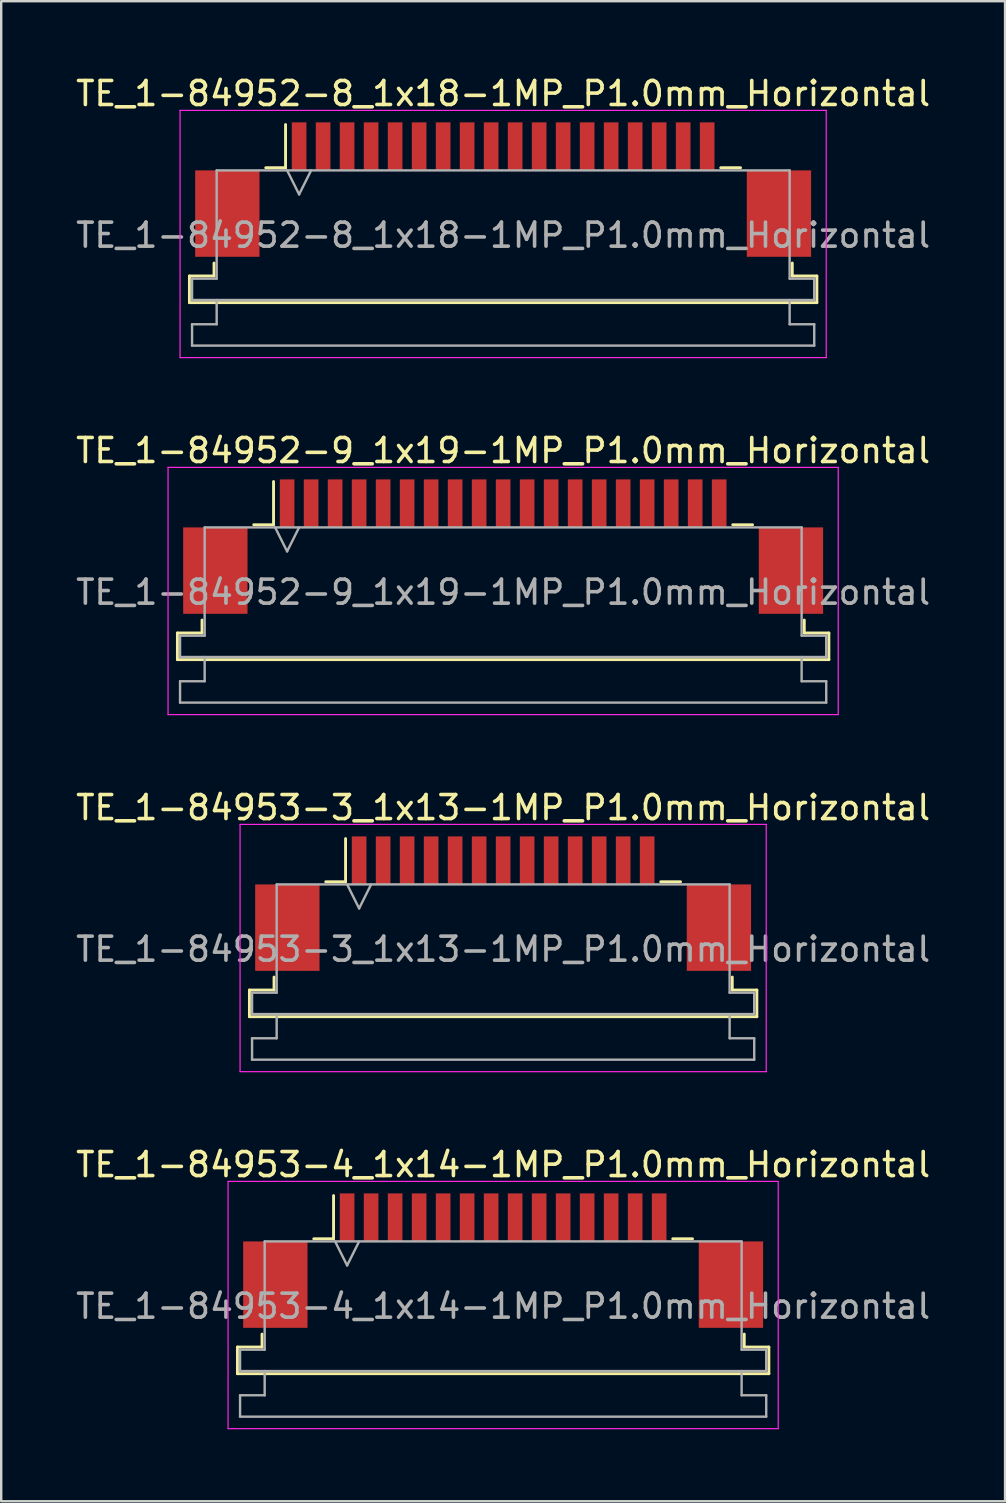
<source format=kicad_pcb>
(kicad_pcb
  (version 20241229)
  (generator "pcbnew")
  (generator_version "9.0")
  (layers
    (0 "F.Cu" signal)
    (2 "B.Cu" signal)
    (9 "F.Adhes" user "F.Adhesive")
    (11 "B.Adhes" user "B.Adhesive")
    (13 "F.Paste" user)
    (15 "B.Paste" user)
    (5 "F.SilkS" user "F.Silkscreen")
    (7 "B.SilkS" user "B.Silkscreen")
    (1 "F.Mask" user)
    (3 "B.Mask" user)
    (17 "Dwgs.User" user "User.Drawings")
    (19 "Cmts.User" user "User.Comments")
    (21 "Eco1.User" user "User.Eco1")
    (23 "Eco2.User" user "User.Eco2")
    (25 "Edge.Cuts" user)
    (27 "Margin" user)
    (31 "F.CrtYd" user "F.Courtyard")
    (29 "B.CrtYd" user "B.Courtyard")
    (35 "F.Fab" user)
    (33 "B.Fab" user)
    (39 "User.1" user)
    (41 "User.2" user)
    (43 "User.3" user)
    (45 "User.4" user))
  (footprint "TE_1-84953-4_1x14-1MP_P1.0mm_Horizontal"
    (layer "F.Cu")
    (at 17.911 49.468)
    (property "Reference" "TE_1-84953-4_1x14-1MP_P1.0mm_Horizontal" (at 0 -4 0) (layer "F.SilkS") (effects (font (size 1 1) (thickness 0.15))))
    (attr smd)
    (fp_line (start -11.07 3.6) (end -10.045 3.6) (stroke (width 0.12) (type solid)) (layer "F.SilkS"))
    (fp_line (start -11.07 4.71) (end -11.07 3.6) (stroke (width 0.12) (type solid)) (layer "F.SilkS"))
    (fp_line (start -10.045 3.6) (end -10.045 3.06) (stroke (width 0.12) (type solid)) (layer "F.SilkS"))
    (fp_line (start -7.89 -0.91) (end -7.065 -0.91) (stroke (width 0.12) (type solid)) (layer "F.SilkS"))
    (fp_line (start -7.065 -0.91) (end -7.065 -2.71) (stroke (width 0.12) (type solid)) (layer "F.SilkS"))
    (fp_line (start 7.065 -0.91) (end 7.89 -0.91) (stroke (width 0.12) (type solid)) (layer "F.SilkS"))
    (fp_line (start 10.045 3.06) (end 10.045 3.6) (stroke (width 0.12) (type solid)) (layer "F.SilkS"))
    (fp_line (start 10.045 3.6) (end 11.07 3.6) (stroke (width 0.12) (type solid)) (layer "F.SilkS"))
    (fp_line (start 11.07 3.6) (end 11.07 4.71) (stroke (width 0.12) (type solid)) (layer "F.SilkS"))
    (fp_line (start 11.07 4.71) (end -11.07 4.71) (stroke (width 0.12) (type solid)) (layer "F.SilkS"))
    (fp_line (start -11.46 -3.3) (end -11.46 7) (stroke (width 0.05) (type solid)) (layer "F.CrtYd"))
    (fp_line (start -11.46 7) (end 11.46 7) (stroke (width 0.05) (type solid)) (layer "F.CrtYd"))
    (fp_line (start 11.46 -3.3) (end -11.46 -3.3) (stroke (width 0.05) (type solid)) (layer "F.CrtYd"))
    (fp_line (start 11.46 7) (end 11.46 -3.3) (stroke (width 0.05) (type solid)) (layer "F.CrtYd"))
    (fp_line (start -10.96 3.71) (end -9.935 3.71) (stroke (width 0.1) (type solid)) (layer "F.Fab"))
    (fp_line (start -10.96 4.6) (end -10.96 3.71) (stroke (width 0.1) (type solid)) (layer "F.Fab"))
    (fp_line (start -10.96 5.61) (end -9.935 5.61) (stroke (width 0.1) (type solid)) (layer "F.Fab"))
    (fp_line (start -10.96 6.5) (end -10.96 5.61) (stroke (width 0.1) (type solid)) (layer "F.Fab"))
    (fp_line (start -9.935 -0.8) (end 9.935 -0.8) (stroke (width 0.1) (type solid)) (layer "F.Fab"))
    (fp_line (start -9.935 3.71) (end -9.935 -0.8) (stroke (width 0.1) (type solid)) (layer "F.Fab"))
    (fp_line (start -9.935 5.61) (end -9.935 4.6) (stroke (width 0.1) (type solid)) (layer "F.Fab"))
    (fp_line (start -7 -0.8) (end -6.5 0.2) (stroke (width 0.1) (type solid)) (layer "F.Fab"))
    (fp_line (start -6.5 0.2) (end -6 -0.8) (stroke (width 0.1) (type solid)) (layer "F.Fab"))
    (fp_line (start 9.935 -0.8) (end 9.935 3.71) (stroke (width 0.1) (type solid)) (layer "F.Fab"))
    (fp_line (start 9.935 3.71) (end 10.96 3.71) (stroke (width 0.1) (type solid)) (layer "F.Fab"))
    (fp_line (start 9.935 4.6) (end 9.935 5.61) (stroke (width 0.1) (type solid)) (layer "F.Fab"))
    (fp_line (start 9.935 5.61) (end 10.96 5.61) (stroke (width 0.1) (type solid)) (layer "F.Fab"))
    (fp_line (start 10.96 3.71) (end 10.96 4.6) (stroke (width 0.1) (type solid)) (layer "F.Fab"))
    (fp_line (start 10.96 4.6) (end -10.96 4.6) (stroke (width 0.1) (type solid)) (layer "F.Fab"))
    (fp_line (start 10.96 5.61) (end 10.96 6.5) (stroke (width 0.1) (type solid)) (layer "F.Fab"))
    (fp_line (start 10.96 6.5) (end -10.96 6.5) (stroke (width 0.1) (type solid)) (layer "F.Fab"))
    (fp_text user "${REFERENCE}" (at 0 1.9 0) (layer "F.Fab") (effects (font (size 1 1) (thickness 0.15))))
    (pad "1" smd rect (at -6.5 -1.8) (size 0.61 2) (layers "F.Cu" "F.Mask" "F.Paste"))
    (pad "2" smd rect (at -5.5 -1.8) (size 0.61 2) (layers "F.Cu" "F.Mask" "F.Paste"))
    (pad "3" smd rect (at -4.5 -1.8) (size 0.61 2) (layers "F.Cu" "F.Mask" "F.Paste"))
    (pad "4" smd rect (at -3.5 -1.8) (size 0.61 2) (layers "F.Cu" "F.Mask" "F.Paste"))
    (pad "5" smd rect (at -2.5 -1.8) (size 0.61 2) (layers "F.Cu" "F.Mask" "F.Paste"))
    (pad "6" smd rect (at -1.5 -1.8) (size 0.61 2) (layers "F.Cu" "F.Mask" "F.Paste"))
    (pad "7" smd rect (at -0.5 -1.8) (size 0.61 2) (layers "F.Cu" "F.Mask" "F.Paste"))
    (pad "8" smd rect (at 0.5 -1.8) (size 0.61 2) (layers "F.Cu" "F.Mask" "F.Paste"))
    (pad "9" smd rect (at 1.5 -1.8) (size 0.61 2) (layers "F.Cu" "F.Mask" "F.Paste"))
    (pad "10" smd rect (at 2.5 -1.8) (size 0.61 2) (layers "F.Cu" "F.Mask" "F.Paste"))
    (pad "11" smd rect (at 3.5 -1.8) (size 0.61 2) (layers "F.Cu" "F.Mask" "F.Paste"))
    (pad "12" smd rect (at 4.5 -1.8) (size 0.61 2) (layers "F.Cu" "F.Mask" "F.Paste"))
    (pad "13" smd rect (at 5.5 -1.8) (size 0.61 2) (layers "F.Cu" "F.Mask" "F.Paste"))
    (pad "14" smd rect (at 6.5 -1.8) (size 0.61 2) (layers "F.Cu" "F.Mask" "F.Paste"))
    (pad "MP" smd rect (at -9.49 1) (size 2.68 3.6) (layers "F.Cu" "F.Mask" "F.Paste"))
    (pad "MP" smd rect (at 9.49 1) (size 2.68 3.6) (layers "F.Cu" "F.Mask" "F.Paste")))
  (footprint "TE_1-84953-3_1x13-1MP_P1.0mm_Horizontal"
    (layer "F.Cu")
    (at 17.911 34.595)
    (property "Reference" "TE_1-84953-3_1x13-1MP_P1.0mm_Horizontal" (at 0 -4 0) (layer "F.SilkS") (effects (font (size 1 1) (thickness 0.15))))
    (attr smd)
    (fp_line (start -10.57 3.6) (end -9.545 3.6) (stroke (width 0.12) (type solid)) (layer "F.SilkS"))
    (fp_line (start -10.57 4.71) (end -10.57 3.6) (stroke (width 0.12) (type solid)) (layer "F.SilkS"))
    (fp_line (start -9.545 3.6) (end -9.545 3.06) (stroke (width 0.12) (type solid)) (layer "F.SilkS"))
    (fp_line (start -7.39 -0.91) (end -6.565 -0.91) (stroke (width 0.12) (type solid)) (layer "F.SilkS"))
    (fp_line (start -6.565 -0.91) (end -6.565 -2.71) (stroke (width 0.12) (type solid)) (layer "F.SilkS"))
    (fp_line (start 6.565 -0.91) (end 7.39 -0.91) (stroke (width 0.12) (type solid)) (layer "F.SilkS"))
    (fp_line (start 9.545 3.06) (end 9.545 3.6) (stroke (width 0.12) (type solid)) (layer "F.SilkS"))
    (fp_line (start 9.545 3.6) (end 10.57 3.6) (stroke (width 0.12) (type solid)) (layer "F.SilkS"))
    (fp_line (start 10.57 3.6) (end 10.57 4.71) (stroke (width 0.12) (type solid)) (layer "F.SilkS"))
    (fp_line (start 10.57 4.71) (end -10.57 4.71) (stroke (width 0.12) (type solid)) (layer "F.SilkS"))
    (fp_line (start -10.96 -3.3) (end -10.96 7) (stroke (width 0.05) (type solid)) (layer "F.CrtYd"))
    (fp_line (start -10.96 7) (end 10.96 7) (stroke (width 0.05) (type solid)) (layer "F.CrtYd"))
    (fp_line (start 10.96 -3.3) (end -10.96 -3.3) (stroke (width 0.05) (type solid)) (layer "F.CrtYd"))
    (fp_line (start 10.96 7) (end 10.96 -3.3) (stroke (width 0.05) (type solid)) (layer "F.CrtYd"))
    (fp_line (start -10.46 3.71) (end -9.435 3.71) (stroke (width 0.1) (type solid)) (layer "F.Fab"))
    (fp_line (start -10.46 4.6) (end -10.46 3.71) (stroke (width 0.1) (type solid)) (layer "F.Fab"))
    (fp_line (start -10.46 5.61) (end -9.435 5.61) (stroke (width 0.1) (type solid)) (layer "F.Fab"))
    (fp_line (start -10.46 6.5) (end -10.46 5.61) (stroke (width 0.1) (type solid)) (layer "F.Fab"))
    (fp_line (start -9.435 -0.8) (end 9.435 -0.8) (stroke (width 0.1) (type solid)) (layer "F.Fab"))
    (fp_line (start -9.435 3.71) (end -9.435 -0.8) (stroke (width 0.1) (type solid)) (layer "F.Fab"))
    (fp_line (start -9.435 5.61) (end -9.435 4.6) (stroke (width 0.1) (type solid)) (layer "F.Fab"))
    (fp_line (start -6.5 -0.8) (end -6 0.2) (stroke (width 0.1) (type solid)) (layer "F.Fab"))
    (fp_line (start -6 0.2) (end -5.5 -0.8) (stroke (width 0.1) (type solid)) (layer "F.Fab"))
    (fp_line (start 9.435 -0.8) (end 9.435 3.71) (stroke (width 0.1) (type solid)) (layer "F.Fab"))
    (fp_line (start 9.435 3.71) (end 10.46 3.71) (stroke (width 0.1) (type solid)) (layer "F.Fab"))
    (fp_line (start 9.435 4.6) (end 9.435 5.61) (stroke (width 0.1) (type solid)) (layer "F.Fab"))
    (fp_line (start 9.435 5.61) (end 10.46 5.61) (stroke (width 0.1) (type solid)) (layer "F.Fab"))
    (fp_line (start 10.46 3.71) (end 10.46 4.6) (stroke (width 0.1) (type solid)) (layer "F.Fab"))
    (fp_line (start 10.46 4.6) (end -10.46 4.6) (stroke (width 0.1) (type solid)) (layer "F.Fab"))
    (fp_line (start 10.46 5.61) (end 10.46 6.5) (stroke (width 0.1) (type solid)) (layer "F.Fab"))
    (fp_line (start 10.46 6.5) (end -10.46 6.5) (stroke (width 0.1) (type solid)) (layer "F.Fab"))
    (fp_text user "${REFERENCE}" (at 0 1.9 0) (layer "F.Fab") (effects (font (size 1 1) (thickness 0.15))))
    (pad "1" smd rect (at -6 -1.8) (size 0.61 2) (layers "F.Cu" "F.Mask" "F.Paste"))
    (pad "2" smd rect (at -5 -1.8) (size 0.61 2) (layers "F.Cu" "F.Mask" "F.Paste"))
    (pad "3" smd rect (at -4 -1.8) (size 0.61 2) (layers "F.Cu" "F.Mask" "F.Paste"))
    (pad "4" smd rect (at -3 -1.8) (size 0.61 2) (layers "F.Cu" "F.Mask" "F.Paste"))
    (pad "5" smd rect (at -2 -1.8) (size 0.61 2) (layers "F.Cu" "F.Mask" "F.Paste"))
    (pad "6" smd rect (at -1 -1.8) (size 0.61 2) (layers "F.Cu" "F.Mask" "F.Paste"))
    (pad "7" smd rect (at 0 -1.8) (size 0.61 2) (layers "F.Cu" "F.Mask" "F.Paste"))
    (pad "8" smd rect (at 1 -1.8) (size 0.61 2) (layers "F.Cu" "F.Mask" "F.Paste"))
    (pad "9" smd rect (at 2 -1.8) (size 0.61 2) (layers "F.Cu" "F.Mask" "F.Paste"))
    (pad "10" smd rect (at 3 -1.8) (size 0.61 2) (layers "F.Cu" "F.Mask" "F.Paste"))
    (pad "11" smd rect (at 4 -1.8) (size 0.61 2) (layers "F.Cu" "F.Mask" "F.Paste"))
    (pad "12" smd rect (at 5 -1.8) (size 0.61 2) (layers "F.Cu" "F.Mask" "F.Paste"))
    (pad "13" smd rect (at 6 -1.8) (size 0.61 2) (layers "F.Cu" "F.Mask" "F.Paste"))
    (pad "MP" smd rect (at -8.99 1) (size 2.68 3.6) (layers "F.Cu" "F.Mask" "F.Paste"))
    (pad "MP" smd rect (at 8.99 1) (size 2.68 3.6) (layers "F.Cu" "F.Mask" "F.Paste")))
  (footprint "TE_1-84952-9_1x19-1MP_P1.0mm_Horizontal"
    (layer "F.Cu")
    (at 17.911 19.721)
    (property "Reference" "TE_1-84952-9_1x19-1MP_P1.0mm_Horizontal" (at 0 -4 0) (layer "F.SilkS") (effects (font (size 1 1) (thickness 0.15))))
    (attr smd)
    (fp_line (start -13.57 3.6) (end -12.545 3.6) (stroke (width 0.12) (type solid)) (layer "F.SilkS"))
    (fp_line (start -13.57 4.71) (end -13.57 3.6) (stroke (width 0.12) (type solid)) (layer "F.SilkS"))
    (fp_line (start -12.545 3.6) (end -12.545 3.06) (stroke (width 0.12) (type solid)) (layer "F.SilkS"))
    (fp_line (start -10.39 -0.91) (end -9.565 -0.91) (stroke (width 0.12) (type solid)) (layer "F.SilkS"))
    (fp_line (start -9.565 -0.91) (end -9.565 -2.71) (stroke (width 0.12) (type solid)) (layer "F.SilkS"))
    (fp_line (start 9.565 -0.91) (end 10.39 -0.91) (stroke (width 0.12) (type solid)) (layer "F.SilkS"))
    (fp_line (start 12.545 3.06) (end 12.545 3.6) (stroke (width 0.12) (type solid)) (layer "F.SilkS"))
    (fp_line (start 12.545 3.6) (end 13.57 3.6) (stroke (width 0.12) (type solid)) (layer "F.SilkS"))
    (fp_line (start 13.57 3.6) (end 13.57 4.71) (stroke (width 0.12) (type solid)) (layer "F.SilkS"))
    (fp_line (start 13.57 4.71) (end -13.57 4.71) (stroke (width 0.12) (type solid)) (layer "F.SilkS"))
    (fp_line (start -13.96 -3.3) (end -13.96 7) (stroke (width 0.05) (type solid)) (layer "F.CrtYd"))
    (fp_line (start -13.96 7) (end 13.96 7) (stroke (width 0.05) (type solid)) (layer "F.CrtYd"))
    (fp_line (start 13.96 -3.3) (end -13.96 -3.3) (stroke (width 0.05) (type solid)) (layer "F.CrtYd"))
    (fp_line (start 13.96 7) (end 13.96 -3.3) (stroke (width 0.05) (type solid)) (layer "F.CrtYd"))
    (fp_line (start -13.46 3.71) (end -12.435 3.71) (stroke (width 0.1) (type solid)) (layer "F.Fab"))
    (fp_line (start -13.46 4.6) (end -13.46 3.71) (stroke (width 0.1) (type solid)) (layer "F.Fab"))
    (fp_line (start -13.46 5.61) (end -12.435 5.61) (stroke (width 0.1) (type solid)) (layer "F.Fab"))
    (fp_line (start -13.46 6.5) (end -13.46 5.61) (stroke (width 0.1) (type solid)) (layer "F.Fab"))
    (fp_line (start -12.435 -0.8) (end 12.435 -0.8) (stroke (width 0.1) (type solid)) (layer "F.Fab"))
    (fp_line (start -12.435 3.71) (end -12.435 -0.8) (stroke (width 0.1) (type solid)) (layer "F.Fab"))
    (fp_line (start -12.435 5.61) (end -12.435 4.6) (stroke (width 0.1) (type solid)) (layer "F.Fab"))
    (fp_line (start -9.5 -0.8) (end -9 0.2) (stroke (width 0.1) (type solid)) (layer "F.Fab"))
    (fp_line (start -9 0.2) (end -8.5 -0.8) (stroke (width 0.1) (type solid)) (layer "F.Fab"))
    (fp_line (start 12.435 -0.8) (end 12.435 3.71) (stroke (width 0.1) (type solid)) (layer "F.Fab"))
    (fp_line (start 12.435 3.71) (end 13.46 3.71) (stroke (width 0.1) (type solid)) (layer "F.Fab"))
    (fp_line (start 12.435 4.6) (end 12.435 5.61) (stroke (width 0.1) (type solid)) (layer "F.Fab"))
    (fp_line (start 12.435 5.61) (end 13.46 5.61) (stroke (width 0.1) (type solid)) (layer "F.Fab"))
    (fp_line (start 13.46 3.71) (end 13.46 4.6) (stroke (width 0.1) (type solid)) (layer "F.Fab"))
    (fp_line (start 13.46 4.6) (end -13.46 4.6) (stroke (width 0.1) (type solid)) (layer "F.Fab"))
    (fp_line (start 13.46 5.61) (end 13.46 6.5) (stroke (width 0.1) (type solid)) (layer "F.Fab"))
    (fp_line (start 13.46 6.5) (end -13.46 6.5) (stroke (width 0.1) (type solid)) (layer "F.Fab"))
    (fp_text user "${REFERENCE}" (at 0 1.9 0) (layer "F.Fab") (effects (font (size 1 1) (thickness 0.15))))
    (pad "1" smd rect (at -9 -1.8) (size 0.61 2) (layers "F.Cu" "F.Mask" "F.Paste"))
    (pad "2" smd rect (at -8 -1.8) (size 0.61 2) (layers "F.Cu" "F.Mask" "F.Paste"))
    (pad "3" smd rect (at -7 -1.8) (size 0.61 2) (layers "F.Cu" "F.Mask" "F.Paste"))
    (pad "4" smd rect (at -6 -1.8) (size 0.61 2) (layers "F.Cu" "F.Mask" "F.Paste"))
    (pad "5" smd rect (at -5 -1.8) (size 0.61 2) (layers "F.Cu" "F.Mask" "F.Paste"))
    (pad "6" smd rect (at -4 -1.8) (size 0.61 2) (layers "F.Cu" "F.Mask" "F.Paste"))
    (pad "7" smd rect (at -3 -1.8) (size 0.61 2) (layers "F.Cu" "F.Mask" "F.Paste"))
    (pad "8" smd rect (at -2 -1.8) (size 0.61 2) (layers "F.Cu" "F.Mask" "F.Paste"))
    (pad "9" smd rect (at -1 -1.8) (size 0.61 2) (layers "F.Cu" "F.Mask" "F.Paste"))
    (pad "10" smd rect (at 0 -1.8) (size 0.61 2) (layers "F.Cu" "F.Mask" "F.Paste"))
    (pad "11" smd rect (at 1 -1.8) (size 0.61 2) (layers "F.Cu" "F.Mask" "F.Paste"))
    (pad "12" smd rect (at 2 -1.8) (size 0.61 2) (layers "F.Cu" "F.Mask" "F.Paste"))
    (pad "13" smd rect (at 3 -1.8) (size 0.61 2) (layers "F.Cu" "F.Mask" "F.Paste"))
    (pad "14" smd rect (at 4 -1.8) (size 0.61 2) (layers "F.Cu" "F.Mask" "F.Paste"))
    (pad "15" smd rect (at 5 -1.8) (size 0.61 2) (layers "F.Cu" "F.Mask" "F.Paste"))
    (pad "16" smd rect (at 6 -1.8) (size 0.61 2) (layers "F.Cu" "F.Mask" "F.Paste"))
    (pad "17" smd rect (at 7 -1.8) (size 0.61 2) (layers "F.Cu" "F.Mask" "F.Paste"))
    (pad "18" smd rect (at 8 -1.8) (size 0.61 2) (layers "F.Cu" "F.Mask" "F.Paste"))
    (pad "19" smd rect (at 9 -1.8) (size 0.61 2) (layers "F.Cu" "F.Mask" "F.Paste"))
    (pad "MP" smd rect (at -11.99 1) (size 2.68 3.6) (layers "F.Cu" "F.Mask" "F.Paste"))
    (pad "MP" smd rect (at 11.99 1) (size 2.68 3.6) (layers "F.Cu" "F.Mask" "F.Paste")))
  (footprint "TE_1-84952-8_1x18-1MP_P1.0mm_Horizontal"
    (layer "F.Cu")
    (at 17.911 4.848)
    (property "Reference" "TE_1-84952-8_1x18-1MP_P1.0mm_Horizontal" (at 0 -4 0) (layer "F.SilkS") (effects (font (size 1 1) (thickness 0.15))))
    (attr smd)
    (fp_line (start -13.07 3.6) (end -12.045 3.6) (stroke (width 0.12) (type solid)) (layer "F.SilkS"))
    (fp_line (start -13.07 4.71) (end -13.07 3.6) (stroke (width 0.12) (type solid)) (layer "F.SilkS"))
    (fp_line (start -12.045 3.6) (end -12.045 3.06) (stroke (width 0.12) (type solid)) (layer "F.SilkS"))
    (fp_line (start -9.89 -0.91) (end -9.065 -0.91) (stroke (width 0.12) (type solid)) (layer "F.SilkS"))
    (fp_line (start -9.065 -0.91) (end -9.065 -2.71) (stroke (width 0.12) (type solid)) (layer "F.SilkS"))
    (fp_line (start 9.065 -0.91) (end 9.89 -0.91) (stroke (width 0.12) (type solid)) (layer "F.SilkS"))
    (fp_line (start 12.045 3.06) (end 12.045 3.6) (stroke (width 0.12) (type solid)) (layer "F.SilkS"))
    (fp_line (start 12.045 3.6) (end 13.07 3.6) (stroke (width 0.12) (type solid)) (layer "F.SilkS"))
    (fp_line (start 13.07 3.6) (end 13.07 4.71) (stroke (width 0.12) (type solid)) (layer "F.SilkS"))
    (fp_line (start 13.07 4.71) (end -13.07 4.71) (stroke (width 0.12) (type solid)) (layer "F.SilkS"))
    (fp_line (start -13.46 -3.3) (end -13.46 7) (stroke (width 0.05) (type solid)) (layer "F.CrtYd"))
    (fp_line (start -13.46 7) (end 13.46 7) (stroke (width 0.05) (type solid)) (layer "F.CrtYd"))
    (fp_line (start 13.46 -3.3) (end -13.46 -3.3) (stroke (width 0.05) (type solid)) (layer "F.CrtYd"))
    (fp_line (start 13.46 7) (end 13.46 -3.3) (stroke (width 0.05) (type solid)) (layer "F.CrtYd"))
    (fp_line (start -12.96 3.71) (end -11.935 3.71) (stroke (width 0.1) (type solid)) (layer "F.Fab"))
    (fp_line (start -12.96 4.6) (end -12.96 3.71) (stroke (width 0.1) (type solid)) (layer "F.Fab"))
    (fp_line (start -12.96 5.61) (end -11.935 5.61) (stroke (width 0.1) (type solid)) (layer "F.Fab"))
    (fp_line (start -12.96 6.5) (end -12.96 5.61) (stroke (width 0.1) (type solid)) (layer "F.Fab"))
    (fp_line (start -11.935 -0.8) (end 11.935 -0.8) (stroke (width 0.1) (type solid)) (layer "F.Fab"))
    (fp_line (start -11.935 3.71) (end -11.935 -0.8) (stroke (width 0.1) (type solid)) (layer "F.Fab"))
    (fp_line (start -11.935 5.61) (end -11.935 4.6) (stroke (width 0.1) (type solid)) (layer "F.Fab"))
    (fp_line (start -9 -0.8) (end -8.5 0.2) (stroke (width 0.1) (type solid)) (layer "F.Fab"))
    (fp_line (start -8.5 0.2) (end -8 -0.8) (stroke (width 0.1) (type solid)) (layer "F.Fab"))
    (fp_line (start 11.935 -0.8) (end 11.935 3.71) (stroke (width 0.1) (type solid)) (layer "F.Fab"))
    (fp_line (start 11.935 3.71) (end 12.96 3.71) (stroke (width 0.1) (type solid)) (layer "F.Fab"))
    (fp_line (start 11.935 4.6) (end 11.935 5.61) (stroke (width 0.1) (type solid)) (layer "F.Fab"))
    (fp_line (start 11.935 5.61) (end 12.96 5.61) (stroke (width 0.1) (type solid)) (layer "F.Fab"))
    (fp_line (start 12.96 3.71) (end 12.96 4.6) (stroke (width 0.1) (type solid)) (layer "F.Fab"))
    (fp_line (start 12.96 4.6) (end -12.96 4.6) (stroke (width 0.1) (type solid)) (layer "F.Fab"))
    (fp_line (start 12.96 5.61) (end 12.96 6.5) (stroke (width 0.1) (type solid)) (layer "F.Fab"))
    (fp_line (start 12.96 6.5) (end -12.96 6.5) (stroke (width 0.1) (type solid)) (layer "F.Fab"))
    (fp_text user "${REFERENCE}" (at 0 1.9 0) (layer "F.Fab") (effects (font (size 1 1) (thickness 0.15))))
    (pad "1" smd rect (at -8.5 -1.8) (size 0.61 2) (layers "F.Cu" "F.Mask" "F.Paste"))
    (pad "2" smd rect (at -7.5 -1.8) (size 0.61 2) (layers "F.Cu" "F.Mask" "F.Paste"))
    (pad "3" smd rect (at -6.5 -1.8) (size 0.61 2) (layers "F.Cu" "F.Mask" "F.Paste"))
    (pad "4" smd rect (at -5.5 -1.8) (size 0.61 2) (layers "F.Cu" "F.Mask" "F.Paste"))
    (pad "5" smd rect (at -4.5 -1.8) (size 0.61 2) (layers "F.Cu" "F.Mask" "F.Paste"))
    (pad "6" smd rect (at -3.5 -1.8) (size 0.61 2) (layers "F.Cu" "F.Mask" "F.Paste"))
    (pad "7" smd rect (at -2.5 -1.8) (size 0.61 2) (layers "F.Cu" "F.Mask" "F.Paste"))
    (pad "8" smd rect (at -1.5 -1.8) (size 0.61 2) (layers "F.Cu" "F.Mask" "F.Paste"))
    (pad "9" smd rect (at -0.5 -1.8) (size 0.61 2) (layers "F.Cu" "F.Mask" "F.Paste"))
    (pad "10" smd rect (at 0.5 -1.8) (size 0.61 2) (layers "F.Cu" "F.Mask" "F.Paste"))
    (pad "11" smd rect (at 1.5 -1.8) (size 0.61 2) (layers "F.Cu" "F.Mask" "F.Paste"))
    (pad "12" smd rect (at 2.5 -1.8) (size 0.61 2) (layers "F.Cu" "F.Mask" "F.Paste"))
    (pad "13" smd rect (at 3.5 -1.8) (size 0.61 2) (layers "F.Cu" "F.Mask" "F.Paste"))
    (pad "14" smd rect (at 4.5 -1.8) (size 0.61 2) (layers "F.Cu" "F.Mask" "F.Paste"))
    (pad "15" smd rect (at 5.5 -1.8) (size 0.61 2) (layers "F.Cu" "F.Mask" "F.Paste"))
    (pad "16" smd rect (at 6.5 -1.8) (size 0.61 2) (layers "F.Cu" "F.Mask" "F.Paste"))
    (pad "17" smd rect (at 7.5 -1.8) (size 0.61 2) (layers "F.Cu" "F.Mask" "F.Paste"))
    (pad "18" smd rect (at 8.5 -1.8) (size 0.61 2) (layers "F.Cu" "F.Mask" "F.Paste"))
    (pad "MP" smd rect (at -11.49 1) (size 2.68 3.6) (layers "F.Cu" "F.Mask" "F.Paste"))
    (pad "MP" smd rect (at 11.49 1) (size 2.68 3.6) (layers "F.Cu" "F.Mask" "F.Paste")))
  (gr_rect
    (start -3 -3)
    (end 38.821 59.493)
    (stroke (width 0.1) (type default))
    (fill no)
    (layer "Edge.Cuts")))
</source>
